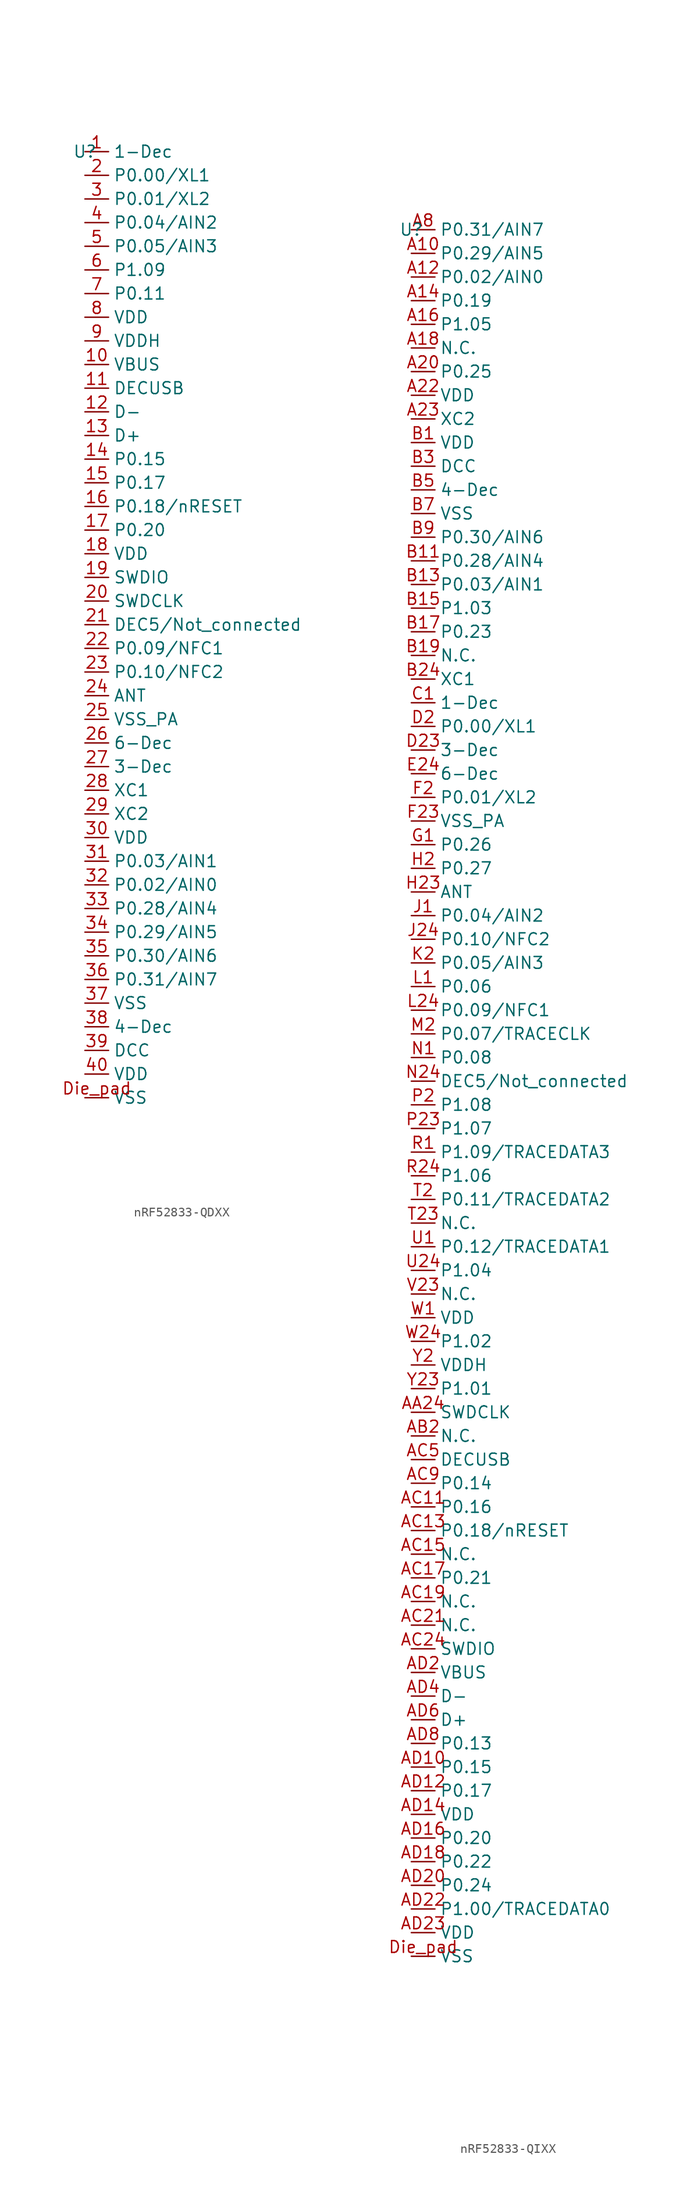
<source format=kicad_sym>
(kicad_symbol_lib
  (version 20220914)
  (generator kicad_symbol_editor)
  (symbol "nRF52833-QDXX"
    (property "Reference" "U"
      (at 0 0 0)
      (effects (font (size 1.27 1.27))))
    (property "Value" ""
      (at 0 0 0)
      (effects (font (size 1.27 1.27))))
    (symbol "nRF52833-QDXX_0_0"
      (pin unspecified line (at 0 0 0) (length 2.54) (name "1-Dec" (effects (font (size 1.27 1.27)))) (number "1" (effects (font (size 1.27 1.27)))))
      (pin unspecified line (at 0 -22.86 0) (length 2.54) (name "VBUS" (effects (font (size 1.27 1.27)))) (number "10" (effects (font (size 1.27 1.27)))))
      (pin unspecified line (at 0 -25.4 0) (length 2.54) (name "DECUSB" (effects (font (size 1.27 1.27)))) (number "11" (effects (font (size 1.27 1.27)))))
      (pin unspecified line (at 0 -27.94 0) (length 2.54) (name "D-" (effects (font (size 1.27 1.27)))) (number "12" (effects (font (size 1.27 1.27)))))
      (pin unspecified line (at 0 -30.48 0) (length 2.54) (name "D+" (effects (font (size 1.27 1.27)))) (number "13" (effects (font (size 1.27 1.27)))))
      (pin unspecified line (at 0 -33.02 0) (length 2.54) (name "P0.15" (effects (font (size 1.27 1.27)))) (number "14" (effects (font (size 1.27 1.27)))))
      (pin unspecified line (at 0 -35.56 0) (length 2.54) (name "P0.17" (effects (font (size 1.27 1.27)))) (number "15" (effects (font (size 1.27 1.27)))))
      (pin unspecified line (at 0 -38.1 0) (length 2.54) (name "P0.18/nRESET" (effects (font (size 1.27 1.27)))) (number "16" (effects (font (size 1.27 1.27)))))
      (pin unspecified line (at 0 -40.64 0) (length 2.54) (name "P0.20" (effects (font (size 1.27 1.27)))) (number "17" (effects (font (size 1.27 1.27)))))
      (pin unspecified line (at 0 -43.18 0) (length 2.54) (name "VDD" (effects (font (size 1.27 1.27)))) (number "18" (effects (font (size 1.27 1.27)))))
      (pin unspecified line (at 0 -45.72 0) (length 2.54) (name "SWDIO" (effects (font (size 1.27 1.27)))) (number "19" (effects (font (size 1.27 1.27)))))
      (pin unspecified line (at 0 -2.54 0) (length 2.54) (name "P0.00/XL1" (effects (font (size 1.27 1.27)))) (number "2" (effects (font (size 1.27 1.27)))))
      (pin unspecified line (at 0 -48.26 0) (length 2.54) (name "SWDCLK" (effects (font (size 1.27 1.27)))) (number "20" (effects (font (size 1.27 1.27)))))
      (pin unspecified line (at 0 -50.8 0) (length 2.54) (name "DEC5/Not_connected" (effects (font (size 1.27 1.27)))) (number "21" (effects (font (size 1.27 1.27)))))
      (pin unspecified line (at 0 -53.34 0) (length 2.54) (name "P0.09/NFC1" (effects (font (size 1.27 1.27)))) (number "22" (effects (font (size 1.27 1.27)))))
      (pin unspecified line (at 0 -55.88 0) (length 2.54) (name "P0.10/NFC2" (effects (font (size 1.27 1.27)))) (number "23" (effects (font (size 1.27 1.27)))))
      (pin unspecified line (at 0 -58.42 0) (length 2.54) (name "ANT" (effects (font (size 1.27 1.27)))) (number "24" (effects (font (size 1.27 1.27)))))
      (pin unspecified line (at 0 -60.96 0) (length 2.54) (name "VSS_PA" (effects (font (size 1.27 1.27)))) (number "25" (effects (font (size 1.27 1.27)))))
      (pin unspecified line (at 0 -63.5 0) (length 2.54) (name "6-Dec" (effects (font (size 1.27 1.27)))) (number "26" (effects (font (size 1.27 1.27)))))
      (pin unspecified line (at 0 -66.04 0) (length 2.54) (name "3-Dec" (effects (font (size 1.27 1.27)))) (number "27" (effects (font (size 1.27 1.27)))))
      (pin unspecified line (at 0 -68.58 0) (length 2.54) (name "XC1" (effects (font (size 1.27 1.27)))) (number "28" (effects (font (size 1.27 1.27)))))
      (pin unspecified line (at 0 -71.12 0) (length 2.54) (name "XC2" (effects (font (size 1.27 1.27)))) (number "29" (effects (font (size 1.27 1.27)))))
      (pin unspecified line (at 0 -5.08 0) (length 2.54) (name "P0.01/XL2" (effects (font (size 1.27 1.27)))) (number "3" (effects (font (size 1.27 1.27)))))
      (pin unspecified line (at 0 -73.66 0) (length 2.54) (name "VDD" (effects (font (size 1.27 1.27)))) (number "30" (effects (font (size 1.27 1.27)))))
      (pin unspecified line (at 0 -76.2 0) (length 2.54) (name "P0.03/AIN1" (effects (font (size 1.27 1.27)))) (number "31" (effects (font (size 1.27 1.27)))))
      (pin unspecified line (at 0 -78.74 0) (length 2.54) (name "P0.02/AIN0" (effects (font (size 1.27 1.27)))) (number "32" (effects (font (size 1.27 1.27)))))
      (pin unspecified line (at 0 -81.28 0) (length 2.54) (name "P0.28/AIN4" (effects (font (size 1.27 1.27)))) (number "33" (effects (font (size 1.27 1.27)))))
      (pin unspecified line (at 0 -83.82 0) (length 2.54) (name "P0.29/AIN5" (effects (font (size 1.27 1.27)))) (number "34" (effects (font (size 1.27 1.27)))))
      (pin unspecified line (at 0 -86.36 0) (length 2.54) (name "P0.30/AIN6" (effects (font (size 1.27 1.27)))) (number "35" (effects (font (size 1.27 1.27)))))
      (pin unspecified line (at 0 -88.9 0) (length 2.54) (name "P0.31/AIN7" (effects (font (size 1.27 1.27)))) (number "36" (effects (font (size 1.27 1.27)))))
      (pin unspecified line (at 0 -91.44 0) (length 2.54) (name "VSS" (effects (font (size 1.27 1.27)))) (number "37" (effects (font (size 1.27 1.27)))))
      (pin unspecified line (at 0 -93.98 0) (length 2.54) (name "4-Dec" (effects (font (size 1.27 1.27)))) (number "38" (effects (font (size 1.27 1.27)))))
      (pin unspecified line (at 0 -96.52 0) (length 2.54) (name "DCC" (effects (font (size 1.27 1.27)))) (number "39" (effects (font (size 1.27 1.27)))))
      (pin unspecified line (at 0 -7.62 0) (length 2.54) (name "P0.04/AIN2" (effects (font (size 1.27 1.27)))) (number "4" (effects (font (size 1.27 1.27)))))
      (pin unspecified line (at 0 -99.06 0) (length 2.54) (name "VDD" (effects (font (size 1.27 1.27)))) (number "40" (effects (font (size 1.27 1.27)))))
      (pin unspecified line (at 0 -10.16 0) (length 2.54) (name "P0.05/AIN3" (effects (font (size 1.27 1.27)))) (number "5" (effects (font (size 1.27 1.27)))))
      (pin unspecified line (at 0 -12.7 0) (length 2.54) (name "P1.09" (effects (font (size 1.27 1.27)))) (number "6" (effects (font (size 1.27 1.27)))))
      (pin unspecified line (at 0 -15.24 0) (length 2.54) (name "P0.11" (effects (font (size 1.27 1.27)))) (number "7" (effects (font (size 1.27 1.27)))))
      (pin unspecified line (at 0 -17.78 0) (length 2.54) (name "VDD" (effects (font (size 1.27 1.27)))) (number "8" (effects (font (size 1.27 1.27)))))
      (pin unspecified line (at 0 -20.32 0) (length 2.54) (name "VDDH" (effects (font (size 1.27 1.27)))) (number "9" (effects (font (size 1.27 1.27)))))
      (pin unspecified line (at 0 -101.6 0) (length 2.54) (name "VSS" (effects (font (size 1.27 1.27)))) (number "Die_pad" (effects (font (size 1.27 1.27)))))))
  (symbol "nRF52833-QIXX"
    (property "Reference" "U"
      (at 0 0 0)
      (effects (font (size 1.27 1.27))))
    (property "Value" ""
      (at 0 0 0)
      (effects (font (size 1.27 1.27))))
    (symbol "nRF52833-QIXX_0_0"
      (pin unspecified line (at 0 -2.54 0) (length 2.54) (name "P0.29/AIN5" (effects (font (size 1.27 1.27)))) (number "A10" (effects (font (size 1.27 1.27)))))
      (pin unspecified line (at 0 -5.08 0) (length 2.54) (name "P0.02/AIN0" (effects (font (size 1.27 1.27)))) (number "A12" (effects (font (size 1.27 1.27)))))
      (pin unspecified line (at 0 -7.62 0) (length 2.54) (name "P0.19" (effects (font (size 1.27 1.27)))) (number "A14" (effects (font (size 1.27 1.27)))))
      (pin unspecified line (at 0 -10.16 0) (length 2.54) (name "P1.05" (effects (font (size 1.27 1.27)))) (number "A16" (effects (font (size 1.27 1.27)))))
      (pin unspecified line (at 0 -12.7 0) (length 2.54) (name "N.C." (effects (font (size 1.27 1.27)))) (number "A18" (effects (font (size 1.27 1.27)))))
      (pin unspecified line (at 0 -15.24 0) (length 2.54) (name "P0.25" (effects (font (size 1.27 1.27)))) (number "A20" (effects (font (size 1.27 1.27)))))
      (pin unspecified line (at 0 -17.78 0) (length 2.54) (name "VDD" (effects (font (size 1.27 1.27)))) (number "A22" (effects (font (size 1.27 1.27)))))
      (pin unspecified line (at 0 -20.32 0) (length 2.54) (name "XC2" (effects (font (size 1.27 1.27)))) (number "A23" (effects (font (size 1.27 1.27)))))
      (pin unspecified line (at 0 0 0) (length 2.54) (name "P0.31/AIN7" (effects (font (size 1.27 1.27)))) (number "A8" (effects (font (size 1.27 1.27)))))
      (pin unspecified line (at 0 -127 0) (length 2.54) (name "SWDCLK" (effects (font (size 1.27 1.27)))) (number "AA24" (effects (font (size 1.27 1.27)))))
      (pin unspecified line (at 0 -129.54 0) (length 2.54) (name "N.C." (effects (font (size 1.27 1.27)))) (number "AB2" (effects (font (size 1.27 1.27)))))
      (pin unspecified line (at 0 -137.16 0) (length 2.54) (name "P0.16" (effects (font (size 1.27 1.27)))) (number "AC11" (effects (font (size 1.27 1.27)))))
      (pin unspecified line (at 0 -139.7 0) (length 2.54) (name "P0.18/nRESET" (effects (font (size 1.27 1.27)))) (number "AC13" (effects (font (size 1.27 1.27)))))
      (pin unspecified line (at 0 -142.24 0) (length 2.54) (name "N.C." (effects (font (size 1.27 1.27)))) (number "AC15" (effects (font (size 1.27 1.27)))))
      (pin unspecified line (at 0 -144.78 0) (length 2.54) (name "P0.21" (effects (font (size 1.27 1.27)))) (number "AC17" (effects (font (size 1.27 1.27)))))
      (pin unspecified line (at 0 -147.32 0) (length 2.54) (name "N.C." (effects (font (size 1.27 1.27)))) (number "AC19" (effects (font (size 1.27 1.27)))))
      (pin unspecified line (at 0 -149.86 0) (length 2.54) (name "N.C." (effects (font (size 1.27 1.27)))) (number "AC21" (effects (font (size 1.27 1.27)))))
      (pin unspecified line (at 0 -152.4 0) (length 2.54) (name "SWDIO" (effects (font (size 1.27 1.27)))) (number "AC24" (effects (font (size 1.27 1.27)))))
      (pin unspecified line (at 0 -132.08 0) (length 2.54) (name "DECUSB" (effects (font (size 1.27 1.27)))) (number "AC5" (effects (font (size 1.27 1.27)))))
      (pin unspecified line (at 0 -134.62 0) (length 2.54) (name "P0.14" (effects (font (size 1.27 1.27)))) (number "AC9" (effects (font (size 1.27 1.27)))))
      (pin unspecified line (at 0 -165.1 0) (length 2.54) (name "P0.15" (effects (font (size 1.27 1.27)))) (number "AD10" (effects (font (size 1.27 1.27)))))
      (pin unspecified line (at 0 -167.64 0) (length 2.54) (name "P0.17" (effects (font (size 1.27 1.27)))) (number "AD12" (effects (font (size 1.27 1.27)))))
      (pin unspecified line (at 0 -170.18 0) (length 2.54) (name "VDD" (effects (font (size 1.27 1.27)))) (number "AD14" (effects (font (size 1.27 1.27)))))
      (pin unspecified line (at 0 -172.72 0) (length 2.54) (name "P0.20" (effects (font (size 1.27 1.27)))) (number "AD16" (effects (font (size 1.27 1.27)))))
      (pin unspecified line (at 0 -175.26 0) (length 2.54) (name "P0.22" (effects (font (size 1.27 1.27)))) (number "AD18" (effects (font (size 1.27 1.27)))))
      (pin unspecified line (at 0 -154.94 0) (length 2.54) (name "VBUS" (effects (font (size 1.27 1.27)))) (number "AD2" (effects (font (size 1.27 1.27)))))
      (pin unspecified line (at 0 -177.8 0) (length 2.54) (name "P0.24" (effects (font (size 1.27 1.27)))) (number "AD20" (effects (font (size 1.27 1.27)))))
      (pin unspecified line (at 0 -180.34 0) (length 2.54) (name "P1.00/TRACEDATA0" (effects (font (size 1.27 1.27)))) (number "AD22" (effects (font (size 1.27 1.27)))))
      (pin unspecified line (at 0 -182.88 0) (length 2.54) (name "VDD" (effects (font (size 1.27 1.27)))) (number "AD23" (effects (font (size 1.27 1.27)))))
      (pin unspecified line (at 0 -157.48 0) (length 2.54) (name "D-" (effects (font (size 1.27 1.27)))) (number "AD4" (effects (font (size 1.27 1.27)))))
      (pin unspecified line (at 0 -160.02 0) (length 2.54) (name "D+" (effects (font (size 1.27 1.27)))) (number "AD6" (effects (font (size 1.27 1.27)))))
      (pin unspecified line (at 0 -162.56 0) (length 2.54) (name "P0.13" (effects (font (size 1.27 1.27)))) (number "AD8" (effects (font (size 1.27 1.27)))))
      (pin unspecified line (at 0 -22.86 0) (length 2.54) (name "VDD" (effects (font (size 1.27 1.27)))) (number "B1" (effects (font (size 1.27 1.27)))))
      (pin unspecified line (at 0 -35.56 0) (length 2.54) (name "P0.28/AIN4" (effects (font (size 1.27 1.27)))) (number "B11" (effects (font (size 1.27 1.27)))))
      (pin unspecified line (at 0 -38.1 0) (length 2.54) (name "P0.03/AIN1" (effects (font (size 1.27 1.27)))) (number "B13" (effects (font (size 1.27 1.27)))))
      (pin unspecified line (at 0 -40.64 0) (length 2.54) (name "P1.03" (effects (font (size 1.27 1.27)))) (number "B15" (effects (font (size 1.27 1.27)))))
      (pin unspecified line (at 0 -43.18 0) (length 2.54) (name "P0.23" (effects (font (size 1.27 1.27)))) (number "B17" (effects (font (size 1.27 1.27)))))
      (pin unspecified line (at 0 -45.72 0) (length 2.54) (name "N.C." (effects (font (size 1.27 1.27)))) (number "B19" (effects (font (size 1.27 1.27)))))
      (pin unspecified line (at 0 -48.26 0) (length 2.54) (name "XC1" (effects (font (size 1.27 1.27)))) (number "B24" (effects (font (size 1.27 1.27)))))
      (pin unspecified line (at 0 -25.4 0) (length 2.54) (name "DCC" (effects (font (size 1.27 1.27)))) (number "B3" (effects (font (size 1.27 1.27)))))
      (pin unspecified line (at 0 -27.94 0) (length 2.54) (name "4-Dec" (effects (font (size 1.27 1.27)))) (number "B5" (effects (font (size 1.27 1.27)))))
      (pin unspecified line (at 0 -30.48 0) (length 2.54) (name "VSS" (effects (font (size 1.27 1.27)))) (number "B7" (effects (font (size 1.27 1.27)))))
      (pin unspecified line (at 0 -33.02 0) (length 2.54) (name "P0.30/AIN6" (effects (font (size 1.27 1.27)))) (number "B9" (effects (font (size 1.27 1.27)))))
      (pin unspecified line (at 0 -50.8 0) (length 2.54) (name "1-Dec" (effects (font (size 1.27 1.27)))) (number "C1" (effects (font (size 1.27 1.27)))))
      (pin unspecified line (at 0 -53.34 0) (length 2.54) (name "P0.00/XL1" (effects (font (size 1.27 1.27)))) (number "D2" (effects (font (size 1.27 1.27)))))
      (pin unspecified line (at 0 -55.88 0) (length 2.54) (name "3-Dec" (effects (font (size 1.27 1.27)))) (number "D23" (effects (font (size 1.27 1.27)))))
      (pin unspecified line (at 0 -185.42 0) (length 2.54) (name "VSS" (effects (font (size 1.27 1.27)))) (number "Die_pad" (effects (font (size 1.27 1.27)))))
      (pin unspecified line (at 0 -58.42 0) (length 2.54) (name "6-Dec" (effects (font (size 1.27 1.27)))) (number "E24" (effects (font (size 1.27 1.27)))))
      (pin unspecified line (at 0 -60.96 0) (length 2.54) (name "P0.01/XL2" (effects (font (size 1.27 1.27)))) (number "F2" (effects (font (size 1.27 1.27)))))
      (pin unspecified line (at 0 -63.5 0) (length 2.54) (name "VSS_PA" (effects (font (size 1.27 1.27)))) (number "F23" (effects (font (size 1.27 1.27)))))
      (pin unspecified line (at 0 -66.04 0) (length 2.54) (name "P0.26" (effects (font (size 1.27 1.27)))) (number "G1" (effects (font (size 1.27 1.27)))))
      (pin unspecified line (at 0 -68.58 0) (length 2.54) (name "P0.27" (effects (font (size 1.27 1.27)))) (number "H2" (effects (font (size 1.27 1.27)))))
      (pin unspecified line (at 0 -71.12 0) (length 2.54) (name "ANT" (effects (font (size 1.27 1.27)))) (number "H23" (effects (font (size 1.27 1.27)))))
      (pin unspecified line (at 0 -73.66 0) (length 2.54) (name "P0.04/AIN2" (effects (font (size 1.27 1.27)))) (number "J1" (effects (font (size 1.27 1.27)))))
      (pin unspecified line (at 0 -76.2 0) (length 2.54) (name "P0.10/NFC2" (effects (font (size 1.27 1.27)))) (number "J24" (effects (font (size 1.27 1.27)))))
      (pin unspecified line (at 0 -78.74 0) (length 2.54) (name "P0.05/AIN3" (effects (font (size 1.27 1.27)))) (number "K2" (effects (font (size 1.27 1.27)))))
      (pin unspecified line (at 0 -81.28 0) (length 2.54) (name "P0.06" (effects (font (size 1.27 1.27)))) (number "L1" (effects (font (size 1.27 1.27)))))
      (pin unspecified line (at 0 -83.82 0) (length 2.54) (name "P0.09/NFC1" (effects (font (size 1.27 1.27)))) (number "L24" (effects (font (size 1.27 1.27)))))
      (pin unspecified line (at 0 -86.36 0) (length 2.54) (name "P0.07/TRACECLK" (effects (font (size 1.27 1.27)))) (number "M2" (effects (font (size 1.27 1.27)))))
      (pin unspecified line (at 0 -88.9 0) (length 2.54) (name "P0.08" (effects (font (size 1.27 1.27)))) (number "N1" (effects (font (size 1.27 1.27)))))
      (pin unspecified line (at 0 -91.44 0) (length 2.54) (name "DEC5/Not_connected" (effects (font (size 1.27 1.27)))) (number "N24" (effects (font (size 1.27 1.27)))))
      (pin unspecified line (at 0 -93.98 0) (length 2.54) (name "P1.08" (effects (font (size 1.27 1.27)))) (number "P2" (effects (font (size 1.27 1.27)))))
      (pin unspecified line (at 0 -96.52 0) (length 2.54) (name "P1.07" (effects (font (size 1.27 1.27)))) (number "P23" (effects (font (size 1.27 1.27)))))
      (pin unspecified line (at 0 -99.06 0) (length 2.54) (name "P1.09/TRACEDATA3" (effects (font (size 1.27 1.27)))) (number "R1" (effects (font (size 1.27 1.27)))))
      (pin unspecified line (at 0 -101.6 0) (length 2.54) (name "P1.06" (effects (font (size 1.27 1.27)))) (number "R24" (effects (font (size 1.27 1.27)))))
      (pin unspecified line (at 0 -104.14 0) (length 2.54) (name "P0.11/TRACEDATA2" (effects (font (size 1.27 1.27)))) (number "T2" (effects (font (size 1.27 1.27)))))
      (pin unspecified line (at 0 -106.68 0) (length 2.54) (name "N.C." (effects (font (size 1.27 1.27)))) (number "T23" (effects (font (size 1.27 1.27)))))
      (pin unspecified line (at 0 -109.22 0) (length 2.54) (name "P0.12/TRACEDATA1" (effects (font (size 1.27 1.27)))) (number "U1" (effects (font (size 1.27 1.27)))))
      (pin unspecified line (at 0 -111.76 0) (length 2.54) (name "P1.04" (effects (font (size 1.27 1.27)))) (number "U24" (effects (font (size 1.27 1.27)))))
      (pin unspecified line (at 0 -114.3 0) (length 2.54) (name "N.C." (effects (font (size 1.27 1.27)))) (number "V23" (effects (font (size 1.27 1.27)))))
      (pin unspecified line (at 0 -116.84 0) (length 2.54) (name "VDD" (effects (font (size 1.27 1.27)))) (number "W1" (effects (font (size 1.27 1.27)))))
      (pin unspecified line (at 0 -119.38 0) (length 2.54) (name "P1.02" (effects (font (size 1.27 1.27)))) (number "W24" (effects (font (size 1.27 1.27)))))
      (pin unspecified line (at 0 -121.92 0) (length 2.54) (name "VDDH" (effects (font (size 1.27 1.27)))) (number "Y2" (effects (font (size 1.27 1.27)))))
      (pin unspecified line (at 0 -124.46 0) (length 2.54) (name "P1.01" (effects (font (size 1.27 1.27)))) (number "Y23" (effects (font (size 1.27 1.27))))))))
</source>
